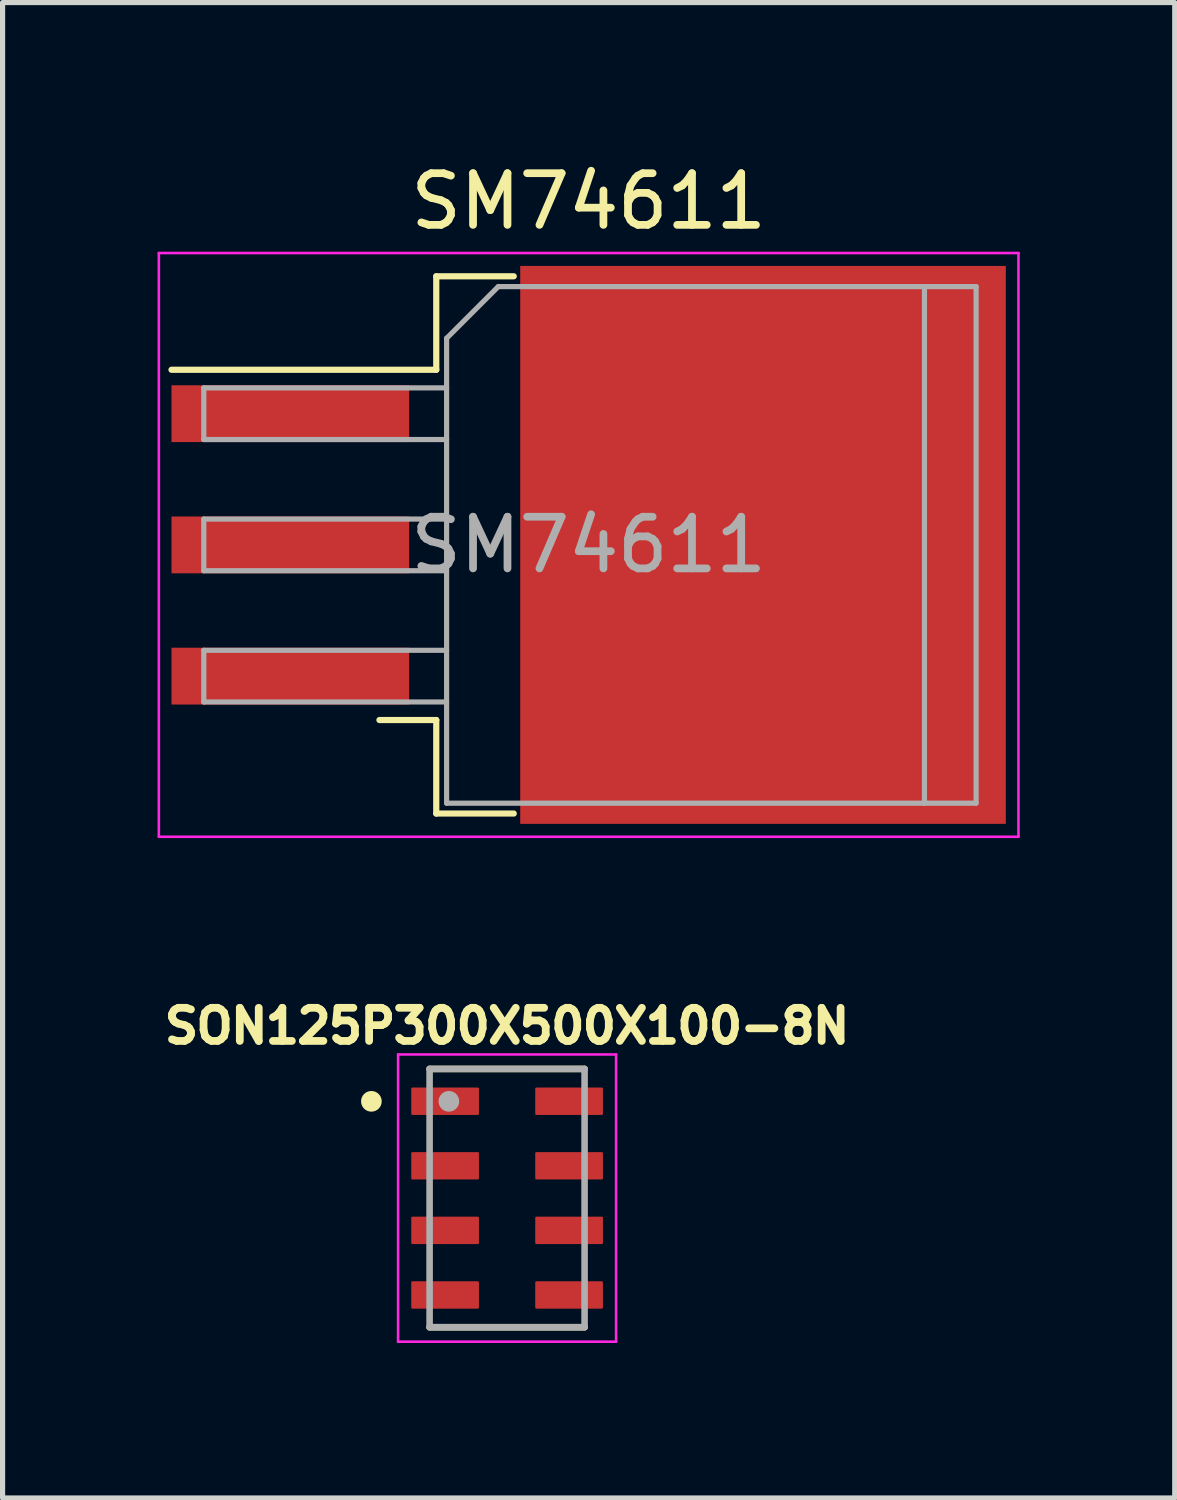
<source format=kicad_pcb>
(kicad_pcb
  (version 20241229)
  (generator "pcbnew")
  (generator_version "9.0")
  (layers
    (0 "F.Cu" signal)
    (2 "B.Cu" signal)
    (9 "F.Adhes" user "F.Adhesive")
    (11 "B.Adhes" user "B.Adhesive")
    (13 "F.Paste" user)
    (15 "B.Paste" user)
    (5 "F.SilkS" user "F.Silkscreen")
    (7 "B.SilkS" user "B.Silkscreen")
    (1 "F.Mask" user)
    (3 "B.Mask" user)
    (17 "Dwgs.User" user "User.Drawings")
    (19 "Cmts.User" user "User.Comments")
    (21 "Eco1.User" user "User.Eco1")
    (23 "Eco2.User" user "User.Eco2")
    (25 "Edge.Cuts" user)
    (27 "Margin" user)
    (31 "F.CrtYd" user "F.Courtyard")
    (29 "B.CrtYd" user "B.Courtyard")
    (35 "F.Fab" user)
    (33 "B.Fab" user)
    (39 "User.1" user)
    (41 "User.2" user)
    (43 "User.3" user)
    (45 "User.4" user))
  (footprint "SM74611"
    (layer "F.Cu")
    (at 8.345 7.498)
    (property "Reference" "SM74611" (at 0 -6.65 0) (layer "F.SilkS") (effects (font (size 1 1) (thickness 0.15))))
    (attr smd)
    (fp_line (start -2.95 -5.2) (end -2.95 -3.39) (stroke (width 0.12) (type solid)) (layer "F.SilkS"))
    (fp_line (start -2.95 -3.39) (end -8.075 -3.39) (stroke (width 0.12) (type solid)) (layer "F.SilkS"))
    (fp_line (start -2.95 3.39) (end -4.05 3.39) (stroke (width 0.12) (type solid)) (layer "F.SilkS"))
    (fp_line (start -2.95 5.2) (end -2.95 3.39) (stroke (width 0.12) (type solid)) (layer "F.SilkS"))
    (fp_line (start -1.45 -5.2) (end -2.95 -5.2) (stroke (width 0.12) (type solid)) (layer "F.SilkS"))
    (fp_line (start -1.45 5.2) (end -2.95 5.2) (stroke (width 0.12) (type solid)) (layer "F.SilkS"))
    (fp_line (start -8.32 -5.65) (end -8.32 5.65) (stroke (width 0.05) (type solid)) (layer "F.CrtYd"))
    (fp_line (start -8.32 5.65) (end 8.32 5.65) (stroke (width 0.05) (type solid)) (layer "F.CrtYd"))
    (fp_line (start 8.32 -5.65) (end -8.32 -5.65) (stroke (width 0.05) (type solid)) (layer "F.CrtYd"))
    (fp_line (start 8.32 5.65) (end 8.32 -5.65) (stroke (width 0.05) (type solid)) (layer "F.CrtYd"))
    (fp_line (start -7.45 -3.04) (end -7.45 -2.04) (stroke (width 0.1) (type solid)) (layer "F.Fab"))
    (fp_line (start -7.45 -2.04) (end -2.75 -2.04) (stroke (width 0.1) (type solid)) (layer "F.Fab"))
    (fp_line (start -7.45 -0.5) (end -7.45 0.5) (stroke (width 0.1) (type solid)) (layer "F.Fab"))
    (fp_line (start -7.45 0.5) (end -2.75 0.5) (stroke (width 0.1) (type solid)) (layer "F.Fab"))
    (fp_line (start -7.45 2.04) (end -7.45 3.04) (stroke (width 0.1) (type solid)) (layer "F.Fab"))
    (fp_line (start -7.45 3.04) (end -2.75 3.04) (stroke (width 0.1) (type solid)) (layer "F.Fab"))
    (fp_line (start -2.75 -4) (end -1.75 -5) (stroke (width 0.1) (type solid)) (layer "F.Fab"))
    (fp_line (start -2.75 -3.04) (end -7.45 -3.04) (stroke (width 0.1) (type solid)) (layer "F.Fab"))
    (fp_line (start -2.75 -0.5) (end -7.45 -0.5) (stroke (width 0.1) (type solid)) (layer "F.Fab"))
    (fp_line (start -2.75 2.04) (end -7.45 2.04) (stroke (width 0.1) (type solid)) (layer "F.Fab"))
    (fp_line (start -2.75 5) (end -2.75 -4) (stroke (width 0.1) (type solid)) (layer "F.Fab"))
    (fp_line (start -1.75 -5) (end 6.5 -5) (stroke (width 0.1) (type solid)) (layer "F.Fab"))
    (fp_line (start 6.5 -5) (end 6.5 5) (stroke (width 0.1) (type solid)) (layer "F.Fab"))
    (fp_line (start 6.5 -5) (end 7.5 -5) (stroke (width 0.1) (type solid)) (layer "F.Fab"))
    (fp_line (start 6.5 5) (end -2.75 5) (stroke (width 0.1) (type solid)) (layer "F.Fab"))
    (fp_line (start 7.5 -5) (end 7.5 5) (stroke (width 0.1) (type solid)) (layer "F.Fab"))
    (fp_line (start 7.5 5) (end 6.5 5) (stroke (width 0.1) (type solid)) (layer "F.Fab"))
    (fp_text user "${REFERENCE}" (at 0 0 0) (layer "F.Fab") (effects (font (size 1 1) (thickness 0.15))))
    (pad "" smd rect (at 0.95 -2.775) (size 4.55 5.25) (layers "F.Paste"))
    (pad "" smd rect (at 0.95 2.775) (size 4.55 5.25) (layers "F.Paste"))
    (pad "" smd rect (at 5.8 -2.775) (size 4.55 5.25) (layers "F.Paste"))
    (pad "" smd rect (at 5.8 2.775) (size 4.55 5.25) (layers "F.Paste"))
    (pad "1" smd rect (at -5.775 0) (size 4.6 1.1) (layers "F.Cu" "F.Mask" "F.Paste"))
    (pad "1" smd rect (at 3.375 0) (size 9.4 10.8) (layers "F.Cu" "F.Mask"))
    (pad "2" smd rect (at -5.775 -2.54) (size 4.6 1.1) (layers "F.Cu" "F.Mask" "F.Paste"))
    (pad "2" smd rect (at -5.775 2.54) (size 4.6 1.1) (layers "F.Cu" "F.Mask" "F.Paste")))
  (footprint "SON125P300X500X100-8N"
    (layer "F.Cu")
    (at 6.766 20.142)
    (property "Reference" "SON125P300X500X100-8N" (at -0.000003 -3.331 0) (layer "F.SilkS") (effects (font (size 0.641 0.641) (thickness 0.15))))
    (attr smd)
    (fp_line (start -1.5 -2.5) (end 1.5 -2.5) (stroke (width 0.127) (type solid)) (layer "F.SilkS"))
    (fp_line (start -1.5 2.5) (end 1.5 2.5) (stroke (width 0.127) (type solid)) (layer "F.SilkS"))
    (fp_circle (center -2.627 -1.873) (end -2.527 -1.873) (stroke (width 0.2) (type solid)) (fill no) (layer "F.SilkS"))
    (fp_line (start -2.11 -2.78) (end -2.11 2.78) (stroke (width 0.05) (type solid)) (layer "F.CrtYd"))
    (fp_line (start -2.11 2.78) (end 2.11 2.78) (stroke (width 0.05) (type solid)) (layer "F.CrtYd"))
    (fp_line (start 2.11 -2.78) (end -2.11 -2.78) (stroke (width 0.05) (type solid)) (layer "F.CrtYd"))
    (fp_line (start 2.11 2.78) (end 2.11 -2.78) (stroke (width 0.05) (type solid)) (layer "F.CrtYd"))
    (fp_line (start -1.5 -2.5) (end -1.5 2.5) (stroke (width 0.127) (type solid)) (layer "F.Fab"))
    (fp_line (start -1.5 2.5) (end 1.5 2.5) (stroke (width 0.127) (type solid)) (layer "F.Fab"))
    (fp_line (start 1.5 -2.5) (end -1.5 -2.5) (stroke (width 0.127) (type solid)) (layer "F.Fab"))
    (fp_line (start 1.5 2.5) (end 1.5 -2.5) (stroke (width 0.127) (type solid)) (layer "F.Fab"))
    (fp_circle (center -1.127 -1.873) (end -1.027 -1.873) (stroke (width 0.2) (type solid)) (fill no) (layer "F.Fab"))
    (pad "1" smd roundrect (at -1.2 -1.875) (size 1.31 0.53) (layers "F.Cu" "F.Mask" "F.Paste") (roundrect_rratio 0.04))
    (pad "2" smd roundrect (at -1.2 -0.625) (size 1.31 0.53) (layers "F.Cu" "F.Mask" "F.Paste") (roundrect_rratio 0.04))
    (pad "3" smd roundrect (at -1.2 0.625) (size 1.31 0.53) (layers "F.Cu" "F.Mask" "F.Paste") (roundrect_rratio 0.04))
    (pad "4" smd roundrect (at -1.2 1.875) (size 1.31 0.53) (layers "F.Cu" "F.Mask" "F.Paste") (roundrect_rratio 0.04))
    (pad "5" smd roundrect (at 1.2 1.875) (size 1.31 0.53) (layers "F.Cu" "F.Mask" "F.Paste") (roundrect_rratio 0.04))
    (pad "6" smd roundrect (at 1.2 0.625) (size 1.31 0.53) (layers "F.Cu" "F.Mask" "F.Paste") (roundrect_rratio 0.04))
    (pad "7" smd roundrect (at 1.2 -0.625) (size 1.31 0.53) (layers "F.Cu" "F.Mask" "F.Paste") (roundrect_rratio 0.04))
    (pad "8" smd roundrect (at 1.2 -1.875) (size 1.31 0.53) (layers "F.Cu" "F.Mask" "F.Paste") (roundrect_rratio 0.04))
    (zone (net_name "") (layer "F.Cu") (hatch full 0.508) (connect_pads) (min_thickness 0.01) (filled_areas_thickness no) (keepout (tracks not_allowed) (vias not_allowed) (pads not_allowed) (copperpour not_allowed) (footprints allowed)) (placement (enabled no)) (fill) (polygon (pts (xy 4.888 18.705) (xy 8.641 18.705) (xy 8.641 19.078) (xy 4.888 19.078))))
    (zone (net_name "") (layer "F.Cu") (hatch full 0.508) (connect_pads) (min_thickness 0.01) (filled_areas_thickness no) (keepout (tracks not_allowed) (vias not_allowed) (pads not_allowed) (copperpour not_allowed) (footprints allowed)) (placement (enabled no)) (fill) (polygon (pts (xy 4.889 19.955) (xy 8.641 19.955) (xy 8.641 20.33) (xy 4.889 20.33))))
    (zone (net_name "") (layer "F.Cu") (hatch full 0.508) (connect_pads) (min_thickness 0.01) (filled_areas_thickness no) (keepout (tracks not_allowed) (vias not_allowed) (pads not_allowed) (copperpour not_allowed) (footprints allowed)) (placement (enabled no)) (fill) (polygon (pts (xy 4.891 21.205) (xy 8.641 21.205) (xy 8.641 21.58) (xy 4.891 21.58))))
    (zone (net_name "") (layer "F.Cu") (hatch full 0.508) (connect_pads) (min_thickness 0.01) (filled_areas_thickness no) (keepout (tracks not_allowed) (vias not_allowed) (pads not_allowed) (copperpour not_allowed) (footprints allowed)) (placement (enabled no)) (fill) (polygon (pts (xy 6.39 18.237) (xy 7.147 18.237) (xy 7.147 22.078) (xy 6.39 22.078)))))
  (gr_rect
    (start -3 -3)
    (end 19.69 25.947)
    (stroke (width 0.1) (type default))
    (fill no)
    (layer "Edge.Cuts")))
</source>
